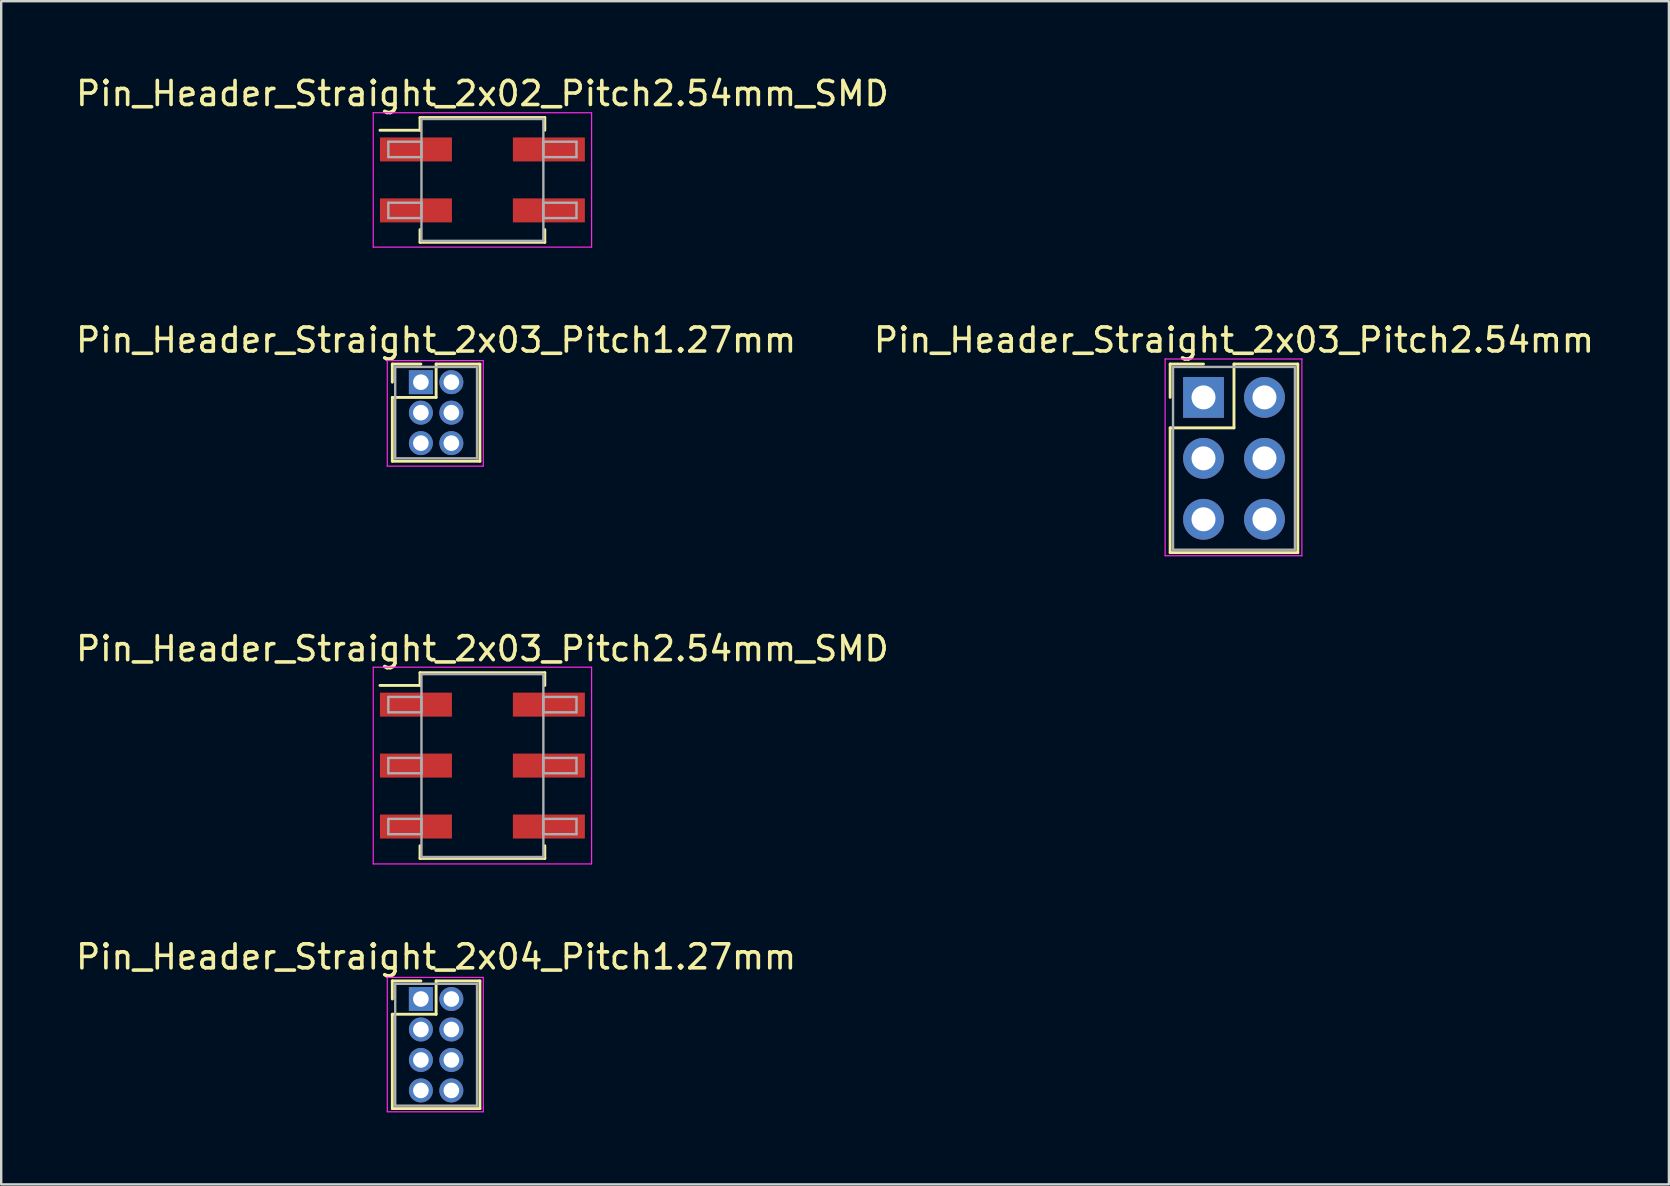
<source format=kicad_pcb>
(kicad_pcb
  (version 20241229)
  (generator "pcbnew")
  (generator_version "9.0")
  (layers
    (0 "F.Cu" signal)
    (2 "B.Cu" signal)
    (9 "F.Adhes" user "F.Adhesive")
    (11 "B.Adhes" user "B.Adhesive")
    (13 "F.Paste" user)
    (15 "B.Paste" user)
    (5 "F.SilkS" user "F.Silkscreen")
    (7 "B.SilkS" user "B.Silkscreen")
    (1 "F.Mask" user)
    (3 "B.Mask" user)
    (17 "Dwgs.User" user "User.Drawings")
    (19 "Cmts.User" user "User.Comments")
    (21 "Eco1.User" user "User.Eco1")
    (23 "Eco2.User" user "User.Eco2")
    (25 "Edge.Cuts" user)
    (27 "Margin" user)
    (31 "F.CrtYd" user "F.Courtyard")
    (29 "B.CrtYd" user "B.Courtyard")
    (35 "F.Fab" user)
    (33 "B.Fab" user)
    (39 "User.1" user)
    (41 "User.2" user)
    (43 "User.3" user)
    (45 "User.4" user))
  (footprint "Pin_Header_Straight_2x02_Pitch2.54mm_SMD"
    (layer "F.Cu")
    (at 17.054 4.448)
    (property "Reference" "Pin_Header_Straight_2x02_Pitch2.54mm_SMD" (at 0 -3.6 0) (layer "F.SilkS") (effects (font (size 1 1) (thickness 0.15))))
    (attr smd)
    (fp_line (start -4.27 -2.07) (end -2.6 -2.07) (stroke (width 0.12) (type solid)) (layer "F.SilkS"))
    (fp_line (start -2.6 -2.6) (end 2.6 -2.6) (stroke (width 0.12) (type solid)) (layer "F.SilkS"))
    (fp_line (start -2.6 -2.07) (end -2.6 -2.6) (stroke (width 0.12) (type solid)) (layer "F.SilkS"))
    (fp_line (start -2.6 2.07) (end -2.6 2.6) (stroke (width 0.12) (type solid)) (layer "F.SilkS"))
    (fp_line (start -2.6 2.6) (end 2.6 2.6) (stroke (width 0.12) (type solid)) (layer "F.SilkS"))
    (fp_line (start 2.6 -2.6) (end 2.6 -2.07) (stroke (width 0.12) (type solid)) (layer "F.SilkS"))
    (fp_line (start 2.6 2.6) (end 2.6 2.07) (stroke (width 0.12) (type solid)) (layer "F.SilkS"))
    (fp_line (start -4.55 -2.8) (end -4.55 2.8) (stroke (width 0.05) (type solid)) (layer "F.CrtYd"))
    (fp_line (start -4.55 2.8) (end 4.55 2.8) (stroke (width 0.05) (type solid)) (layer "F.CrtYd"))
    (fp_line (start 4.55 -2.8) (end -4.55 -2.8) (stroke (width 0.05) (type solid)) (layer "F.CrtYd"))
    (fp_line (start 4.55 2.8) (end 4.55 -2.8) (stroke (width 0.05) (type solid)) (layer "F.CrtYd"))
    (fp_line (start -3.92 -1.59) (end -2.54 -1.59) (stroke (width 0.1) (type solid)) (layer "F.Fab"))
    (fp_line (start -3.92 -0.95) (end -3.92 -1.59) (stroke (width 0.1) (type solid)) (layer "F.Fab"))
    (fp_line (start -3.92 0.95) (end -2.54 0.95) (stroke (width 0.1) (type solid)) (layer "F.Fab"))
    (fp_line (start -3.92 1.59) (end -3.92 0.95) (stroke (width 0.1) (type solid)) (layer "F.Fab"))
    (fp_line (start -2.54 -2.54) (end -2.54 2.54) (stroke (width 0.1) (type solid)) (layer "F.Fab"))
    (fp_line (start -2.54 -1.59) (end -2.54 -0.95) (stroke (width 0.1) (type solid)) (layer "F.Fab"))
    (fp_line (start -2.54 -0.95) (end -3.92 -0.95) (stroke (width 0.1) (type solid)) (layer "F.Fab"))
    (fp_line (start -2.54 0.95) (end -2.54 1.59) (stroke (width 0.1) (type solid)) (layer "F.Fab"))
    (fp_line (start -2.54 1.59) (end -3.92 1.59) (stroke (width 0.1) (type solid)) (layer "F.Fab"))
    (fp_line (start -2.54 2.54) (end 2.54 2.54) (stroke (width 0.1) (type solid)) (layer "F.Fab"))
    (fp_line (start 2.54 -2.54) (end -2.54 -2.54) (stroke (width 0.1) (type solid)) (layer "F.Fab"))
    (fp_line (start 2.54 -1.59) (end 2.54 -0.95) (stroke (width 0.1) (type solid)) (layer "F.Fab"))
    (fp_line (start 2.54 -0.95) (end 3.92 -0.95) (stroke (width 0.1) (type solid)) (layer "F.Fab"))
    (fp_line (start 2.54 0.95) (end 2.54 1.59) (stroke (width 0.1) (type solid)) (layer "F.Fab"))
    (fp_line (start 2.54 1.59) (end 3.92 1.59) (stroke (width 0.1) (type solid)) (layer "F.Fab"))
    (fp_line (start 2.54 2.54) (end 2.54 -2.54) (stroke (width 0.1) (type solid)) (layer "F.Fab"))
    (fp_line (start 3.92 -1.59) (end 2.54 -1.59) (stroke (width 0.1) (type solid)) (layer "F.Fab"))
    (fp_line (start 3.92 -0.95) (end 3.92 -1.59) (stroke (width 0.1) (type solid)) (layer "F.Fab"))
    (fp_line (start 3.92 0.95) (end 2.54 0.95) (stroke (width 0.1) (type solid)) (layer "F.Fab"))
    (fp_line (start 3.92 1.59) (end 3.92 0.95) (stroke (width 0.1) (type solid)) (layer "F.Fab"))
    (pad "1" smd rect (at -2.77 -1.27) (size 3 1) (layers "F.Cu" "F.Mask"))
    (pad "2" smd rect (at 2.77 -1.27) (size 3 1) (layers "F.Cu" "F.Mask"))
    (pad "3" smd rect (at -2.77 1.27) (size 3 1) (layers "F.Cu" "F.Mask"))
    (pad "4" smd rect (at 2.77 1.27) (size 3 1) (layers "F.Cu" "F.Mask")))
  (footprint "Pin_Header_Straight_2x03_Pitch2.54mm"
    (layer "F.Cu")
    (at 47.105 13.511)
    (property "Reference" "Pin_Header_Straight_2x03_Pitch2.54mm" (at 1.27 -2.39 0) (layer "F.SilkS") (effects (font (size 1 1) (thickness 0.15))))
    (attr through_hole)
    (fp_line (start -1.39 -1.39) (end 0 -1.39) (stroke (width 0.12) (type solid)) (layer "F.SilkS"))
    (fp_line (start -1.39 0) (end -1.39 -1.39) (stroke (width 0.12) (type solid)) (layer "F.SilkS"))
    (fp_line (start -1.39 1.27) (end -1.39 6.47) (stroke (width 0.12) (type solid)) (layer "F.SilkS"))
    (fp_line (start -1.39 6.47) (end 3.93 6.47) (stroke (width 0.12) (type solid)) (layer "F.SilkS"))
    (fp_line (start 1.27 -1.39) (end 1.27 1.27) (stroke (width 0.12) (type solid)) (layer "F.SilkS"))
    (fp_line (start 1.27 1.27) (end -1.39 1.27) (stroke (width 0.12) (type solid)) (layer "F.SilkS"))
    (fp_line (start 3.93 -1.39) (end 1.27 -1.39) (stroke (width 0.12) (type solid)) (layer "F.SilkS"))
    (fp_line (start 3.93 6.47) (end 3.93 -1.39) (stroke (width 0.12) (type solid)) (layer "F.SilkS"))
    (fp_line (start -1.6 -1.6) (end -1.6 6.6) (stroke (width 0.05) (type solid)) (layer "F.CrtYd"))
    (fp_line (start -1.6 6.6) (end 4.1 6.6) (stroke (width 0.05) (type solid)) (layer "F.CrtYd"))
    (fp_line (start 4.1 -1.6) (end -1.6 -1.6) (stroke (width 0.05) (type solid)) (layer "F.CrtYd"))
    (fp_line (start 4.1 6.6) (end 4.1 -1.6) (stroke (width 0.05) (type solid)) (layer "F.CrtYd"))
    (fp_line (start -1.27 -1.27) (end -1.27 6.35) (stroke (width 0.1) (type solid)) (layer "F.Fab"))
    (fp_line (start -1.27 6.35) (end 3.81 6.35) (stroke (width 0.1) (type solid)) (layer "F.Fab"))
    (fp_line (start 3.81 -1.27) (end -1.27 -1.27) (stroke (width 0.1) (type solid)) (layer "F.Fab"))
    (fp_line (start 3.81 6.35) (end 3.81 -1.27) (stroke (width 0.1) (type solid)) (layer "F.Fab"))
    (pad "1" thru_hole rect (at 0 0) (size 1.7 1.7) (drill 1) (layers "*.Cu" "*.Mask"))
    (pad "2" thru_hole oval (at 2.54 0) (size 1.7 1.7) (drill 1) (layers "*.Cu" "*.Mask"))
    (pad "3" thru_hole oval (at 0 2.54) (size 1.7 1.7) (drill 1) (layers "*.Cu" "*.Mask"))
    (pad "4" thru_hole oval (at 2.54 2.54) (size 1.7 1.7) (drill 1) (layers "*.Cu" "*.Mask"))
    (pad "5" thru_hole oval (at 0 5.08) (size 1.7 1.7) (drill 1) (layers "*.Cu" "*.Mask"))
    (pad "6" thru_hole oval (at 2.54 5.08) (size 1.7 1.7) (drill 1) (layers "*.Cu" "*.Mask")))
  (footprint "Pin_Header_Straight_2x03_Pitch1.27mm"
    (layer "F.Cu")
    (at 14.49 12.877)
    (property "Reference" "Pin_Header_Straight_2x03_Pitch1.27mm" (at 0.635 -1.755 0) (layer "F.SilkS") (effects (font (size 1 1) (thickness 0.15))))
    (attr through_hole)
    (fp_line (start -1.19 -0.755) (end 0 -0.755) (stroke (width 0.12) (type solid)) (layer "F.SilkS"))
    (fp_line (start -1.19 0) (end -1.19 -0.755) (stroke (width 0.12) (type solid)) (layer "F.SilkS"))
    (fp_line (start -1.19 0.635) (end -1.19 3.295) (stroke (width 0.12) (type solid)) (layer "F.SilkS"))
    (fp_line (start -1.19 3.295) (end 2.46 3.295) (stroke (width 0.12) (type solid)) (layer "F.SilkS"))
    (fp_line (start 0.635 -0.755) (end 0.635 0.635) (stroke (width 0.12) (type solid)) (layer "F.SilkS"))
    (fp_line (start 0.635 0.635) (end -1.19 0.635) (stroke (width 0.12) (type solid)) (layer "F.SilkS"))
    (fp_line (start 2.46 -0.755) (end 0.635 -0.755) (stroke (width 0.12) (type solid)) (layer "F.SilkS"))
    (fp_line (start 2.46 3.295) (end 2.46 -0.755) (stroke (width 0.12) (type solid)) (layer "F.SilkS"))
    (fp_line (start -1.4 -0.9) (end -1.4 3.5) (stroke (width 0.05) (type solid)) (layer "F.CrtYd"))
    (fp_line (start -1.4 3.5) (end 2.6 3.5) (stroke (width 0.05) (type solid)) (layer "F.CrtYd"))
    (fp_line (start 2.6 -0.9) (end -1.4 -0.9) (stroke (width 0.05) (type solid)) (layer "F.CrtYd"))
    (fp_line (start 2.6 3.5) (end 2.6 -0.9) (stroke (width 0.05) (type solid)) (layer "F.CrtYd"))
    (fp_line (start -1.07 -0.635) (end -1.07 3.175) (stroke (width 0.1) (type solid)) (layer "F.Fab"))
    (fp_line (start -1.07 3.175) (end 2.34 3.175) (stroke (width 0.1) (type solid)) (layer "F.Fab"))
    (fp_line (start 2.34 -0.635) (end -1.07 -0.635) (stroke (width 0.1) (type solid)) (layer "F.Fab"))
    (fp_line (start 2.34 3.175) (end 2.34 -0.635) (stroke (width 0.1) (type solid)) (layer "F.Fab"))
    (pad "1" thru_hole rect (at 0 0) (size 1 1) (drill 0.65) (layers "*.Cu" "*.Mask"))
    (pad "2" thru_hole oval (at 1.27 0) (size 1 1) (drill 0.65) (layers "*.Cu" "*.Mask"))
    (pad "3" thru_hole oval (at 0 1.27) (size 1 1) (drill 0.65) (layers "*.Cu" "*.Mask"))
    (pad "4" thru_hole oval (at 1.27 1.27) (size 1 1) (drill 0.65) (layers "*.Cu" "*.Mask"))
    (pad "5" thru_hole oval (at 0 2.54) (size 1 1) (drill 0.65) (layers "*.Cu" "*.Mask"))
    (pad "6" thru_hole oval (at 1.27 2.54) (size 1 1) (drill 0.65) (layers "*.Cu" "*.Mask")))
  (footprint "Pin_Header_Straight_2x04_Pitch1.27mm"
    (layer "F.Cu")
    (at 14.49 38.583)
    (property "Reference" "Pin_Header_Straight_2x04_Pitch1.27mm" (at 0.635 -1.755 0) (layer "F.SilkS") (effects (font (size 1 1) (thickness 0.15))))
    (attr through_hole)
    (fp_line (start -1.19 -0.755) (end 0 -0.755) (stroke (width 0.12) (type solid)) (layer "F.SilkS"))
    (fp_line (start -1.19 0) (end -1.19 -0.755) (stroke (width 0.12) (type solid)) (layer "F.SilkS"))
    (fp_line (start -1.19 0.635) (end -1.19 4.565) (stroke (width 0.12) (type solid)) (layer "F.SilkS"))
    (fp_line (start -1.19 4.565) (end 2.46 4.565) (stroke (width 0.12) (type solid)) (layer "F.SilkS"))
    (fp_line (start 0.635 -0.755) (end 0.635 0.635) (stroke (width 0.12) (type solid)) (layer "F.SilkS"))
    (fp_line (start 0.635 0.635) (end -1.19 0.635) (stroke (width 0.12) (type solid)) (layer "F.SilkS"))
    (fp_line (start 2.46 -0.755) (end 0.635 -0.755) (stroke (width 0.12) (type solid)) (layer "F.SilkS"))
    (fp_line (start 2.46 4.565) (end 2.46 -0.755) (stroke (width 0.12) (type solid)) (layer "F.SilkS"))
    (fp_line (start -1.4 -0.9) (end -1.4 4.7) (stroke (width 0.05) (type solid)) (layer "F.CrtYd"))
    (fp_line (start -1.4 4.7) (end 2.6 4.7) (stroke (width 0.05) (type solid)) (layer "F.CrtYd"))
    (fp_line (start 2.6 -0.9) (end -1.4 -0.9) (stroke (width 0.05) (type solid)) (layer "F.CrtYd"))
    (fp_line (start 2.6 4.7) (end 2.6 -0.9) (stroke (width 0.05) (type solid)) (layer "F.CrtYd"))
    (fp_line (start -1.07 -0.635) (end -1.07 4.445) (stroke (width 0.1) (type solid)) (layer "F.Fab"))
    (fp_line (start -1.07 4.445) (end 2.34 4.445) (stroke (width 0.1) (type solid)) (layer "F.Fab"))
    (fp_line (start 2.34 -0.635) (end -1.07 -0.635) (stroke (width 0.1) (type solid)) (layer "F.Fab"))
    (fp_line (start 2.34 4.445) (end 2.34 -0.635) (stroke (width 0.1) (type solid)) (layer "F.Fab"))
    (pad "1" thru_hole rect (at 0 0) (size 1 1) (drill 0.65) (layers "*.Cu" "*.Mask"))
    (pad "2" thru_hole oval (at 1.27 0) (size 1 1) (drill 0.65) (layers "*.Cu" "*.Mask"))
    (pad "3" thru_hole oval (at 0 1.27) (size 1 1) (drill 0.65) (layers "*.Cu" "*.Mask"))
    (pad "4" thru_hole oval (at 1.27 1.27) (size 1 1) (drill 0.65) (layers "*.Cu" "*.Mask"))
    (pad "5" thru_hole oval (at 0 2.54) (size 1 1) (drill 0.65) (layers "*.Cu" "*.Mask"))
    (pad "6" thru_hole oval (at 1.27 2.54) (size 1 1) (drill 0.65) (layers "*.Cu" "*.Mask"))
    (pad "7" thru_hole oval (at 0 3.81) (size 1 1) (drill 0.65) (layers "*.Cu" "*.Mask"))
    (pad "8" thru_hole oval (at 1.27 3.81) (size 1 1) (drill 0.65) (layers "*.Cu" "*.Mask")))
  (footprint "Pin_Header_Straight_2x03_Pitch2.54mm_SMD"
    (layer "F.Cu")
    (at 17.054 28.855)
    (property "Reference" "Pin_Header_Straight_2x03_Pitch2.54mm_SMD" (at 0 -4.87 0) (layer "F.SilkS") (effects (font (size 1 1) (thickness 0.15))))
    (attr smd)
    (fp_line (start -4.27 -3.34) (end -2.6 -3.34) (stroke (width 0.12) (type solid)) (layer "F.SilkS"))
    (fp_line (start -2.6 -3.87) (end 2.6 -3.87) (stroke (width 0.12) (type solid)) (layer "F.SilkS"))
    (fp_line (start -2.6 -3.34) (end -2.6 -3.87) (stroke (width 0.12) (type solid)) (layer "F.SilkS"))
    (fp_line (start -2.6 3.34) (end -2.6 3.87) (stroke (width 0.12) (type solid)) (layer "F.SilkS"))
    (fp_line (start -2.6 3.87) (end 2.6 3.87) (stroke (width 0.12) (type solid)) (layer "F.SilkS"))
    (fp_line (start 2.6 -3.87) (end 2.6 -3.34) (stroke (width 0.12) (type solid)) (layer "F.SilkS"))
    (fp_line (start 2.6 3.87) (end 2.6 3.34) (stroke (width 0.12) (type solid)) (layer "F.SilkS"))
    (fp_line (start -4.55 -4.1) (end -4.55 4.1) (stroke (width 0.05) (type solid)) (layer "F.CrtYd"))
    (fp_line (start -4.55 4.1) (end 4.55 4.1) (stroke (width 0.05) (type solid)) (layer "F.CrtYd"))
    (fp_line (start 4.55 -4.1) (end -4.55 -4.1) (stroke (width 0.05) (type solid)) (layer "F.CrtYd"))
    (fp_line (start 4.55 4.1) (end 4.55 -4.1) (stroke (width 0.05) (type solid)) (layer "F.CrtYd"))
    (fp_line (start -3.92 -2.86) (end -2.54 -2.86) (stroke (width 0.1) (type solid)) (layer "F.Fab"))
    (fp_line (start -3.92 -2.22) (end -3.92 -2.86) (stroke (width 0.1) (type solid)) (layer "F.Fab"))
    (fp_line (start -3.92 -0.32) (end -2.54 -0.32) (stroke (width 0.1) (type solid)) (layer "F.Fab"))
    (fp_line (start -3.92 0.32) (end -3.92 -0.32) (stroke (width 0.1) (type solid)) (layer "F.Fab"))
    (fp_line (start -3.92 2.22) (end -2.54 2.22) (stroke (width 0.1) (type solid)) (layer "F.Fab"))
    (fp_line (start -3.92 2.86) (end -3.92 2.22) (stroke (width 0.1) (type solid)) (layer "F.Fab"))
    (fp_line (start -2.54 -3.81) (end -2.54 3.81) (stroke (width 0.1) (type solid)) (layer "F.Fab"))
    (fp_line (start -2.54 -2.86) (end -2.54 -2.22) (stroke (width 0.1) (type solid)) (layer "F.Fab"))
    (fp_line (start -2.54 -2.22) (end -3.92 -2.22) (stroke (width 0.1) (type solid)) (layer "F.Fab"))
    (fp_line (start -2.54 -0.32) (end -2.54 0.32) (stroke (width 0.1) (type solid)) (layer "F.Fab"))
    (fp_line (start -2.54 0.32) (end -3.92 0.32) (stroke (width 0.1) (type solid)) (layer "F.Fab"))
    (fp_line (start -2.54 2.22) (end -2.54 2.86) (stroke (width 0.1) (type solid)) (layer "F.Fab"))
    (fp_line (start -2.54 2.86) (end -3.92 2.86) (stroke (width 0.1) (type solid)) (layer "F.Fab"))
    (fp_line (start -2.54 3.81) (end 2.54 3.81) (stroke (width 0.1) (type solid)) (layer "F.Fab"))
    (fp_line (start 2.54 -3.81) (end -2.54 -3.81) (stroke (width 0.1) (type solid)) (layer "F.Fab"))
    (fp_line (start 2.54 -2.86) (end 2.54 -2.22) (stroke (width 0.1) (type solid)) (layer "F.Fab"))
    (fp_line (start 2.54 -2.22) (end 3.92 -2.22) (stroke (width 0.1) (type solid)) (layer "F.Fab"))
    (fp_line (start 2.54 -0.32) (end 2.54 0.32) (stroke (width 0.1) (type solid)) (layer "F.Fab"))
    (fp_line (start 2.54 0.32) (end 3.92 0.32) (stroke (width 0.1) (type solid)) (layer "F.Fab"))
    (fp_line (start 2.54 2.22) (end 2.54 2.86) (stroke (width 0.1) (type solid)) (layer "F.Fab"))
    (fp_line (start 2.54 2.86) (end 3.92 2.86) (stroke (width 0.1) (type solid)) (layer "F.Fab"))
    (fp_line (start 2.54 3.81) (end 2.54 -3.81) (stroke (width 0.1) (type solid)) (layer "F.Fab"))
    (fp_line (start 3.92 -2.86) (end 2.54 -2.86) (stroke (width 0.1) (type solid)) (layer "F.Fab"))
    (fp_line (start 3.92 -2.22) (end 3.92 -2.86) (stroke (width 0.1) (type solid)) (layer "F.Fab"))
    (fp_line (start 3.92 -0.32) (end 2.54 -0.32) (stroke (width 0.1) (type solid)) (layer "F.Fab"))
    (fp_line (start 3.92 0.32) (end 3.92 -0.32) (stroke (width 0.1) (type solid)) (layer "F.Fab"))
    (fp_line (start 3.92 2.22) (end 2.54 2.22) (stroke (width 0.1) (type solid)) (layer "F.Fab"))
    (fp_line (start 3.92 2.86) (end 3.92 2.22) (stroke (width 0.1) (type solid)) (layer "F.Fab"))
    (pad "1" smd rect (at -2.77 -2.54) (size 3 1) (layers "F.Cu" "F.Mask"))
    (pad "2" smd rect (at 2.77 -2.54) (size 3 1) (layers "F.Cu" "F.Mask"))
    (pad "3" smd rect (at -2.77 0) (size 3 1) (layers "F.Cu" "F.Mask"))
    (pad "4" smd rect (at 2.77 0) (size 3 1) (layers "F.Cu" "F.Mask"))
    (pad "5" smd rect (at -2.77 2.54) (size 3 1) (layers "F.Cu" "F.Mask"))
    (pad "6" smd rect (at 2.77 2.54) (size 3 1) (layers "F.Cu" "F.Mask")))
  (gr_rect
    (start -3 -3)
    (end 66.5 46.308)
    (stroke (width 0.1) (type default))
    (fill no)
    (layer "Edge.Cuts")))
</source>
